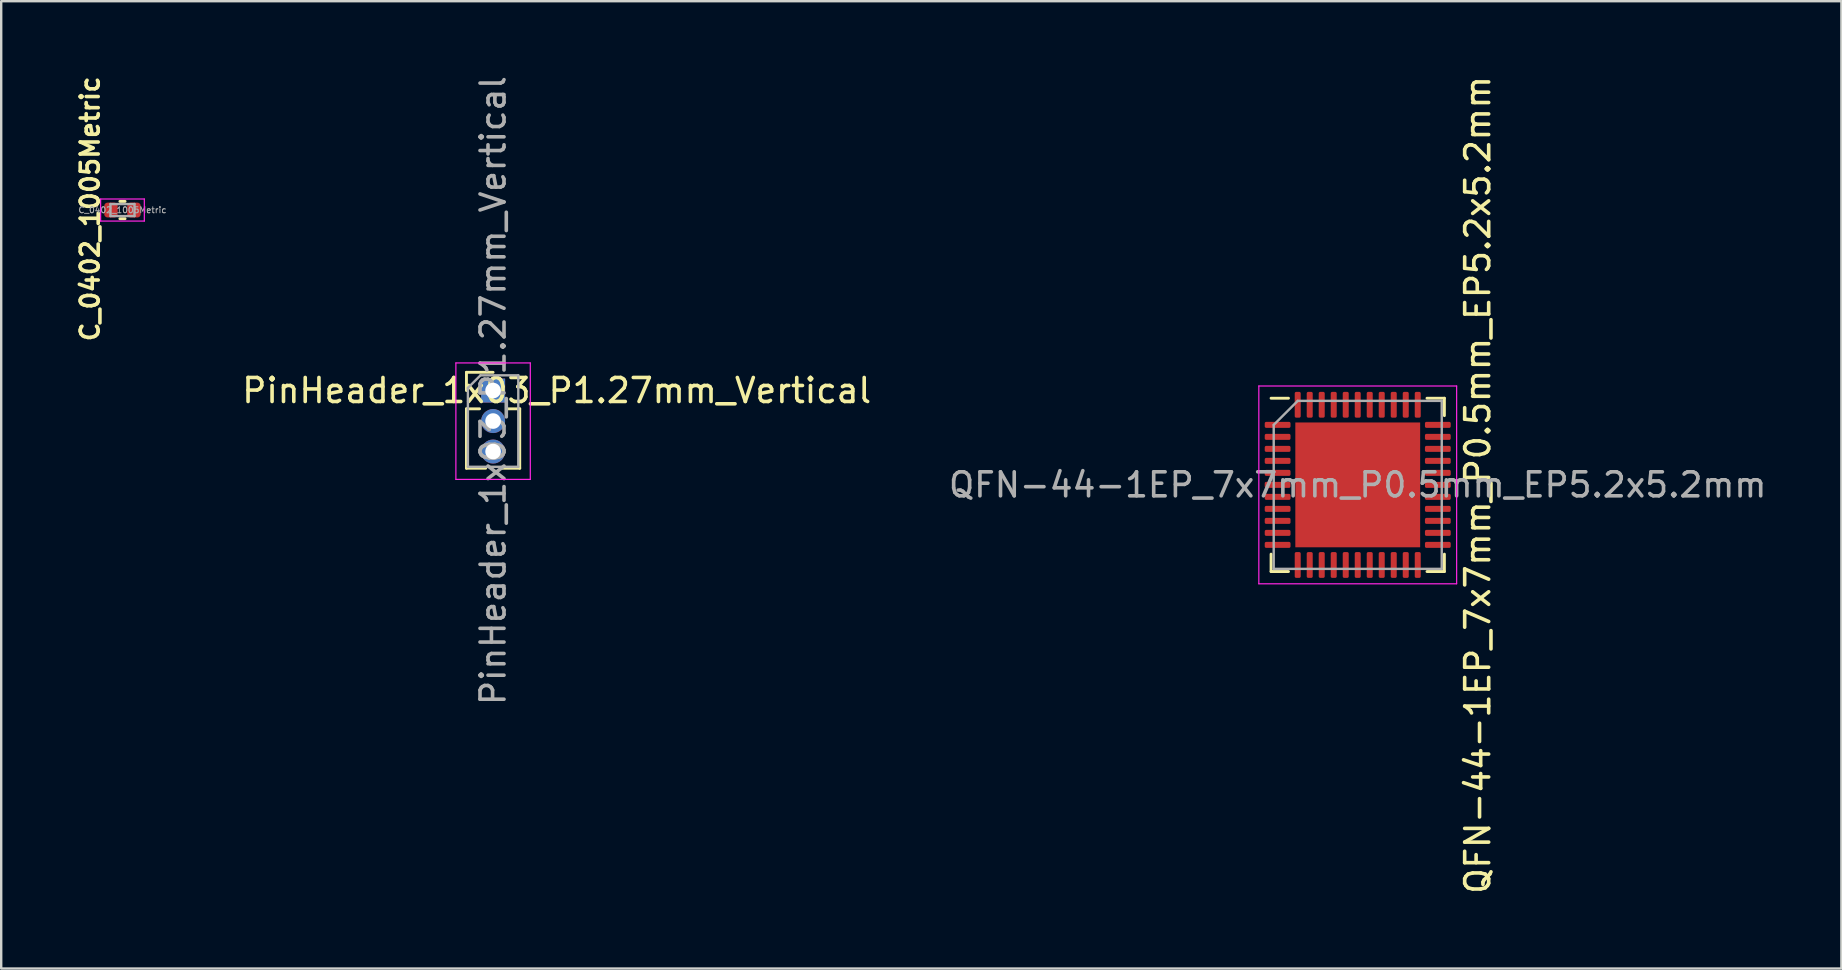
<source format=kicad_pcb>
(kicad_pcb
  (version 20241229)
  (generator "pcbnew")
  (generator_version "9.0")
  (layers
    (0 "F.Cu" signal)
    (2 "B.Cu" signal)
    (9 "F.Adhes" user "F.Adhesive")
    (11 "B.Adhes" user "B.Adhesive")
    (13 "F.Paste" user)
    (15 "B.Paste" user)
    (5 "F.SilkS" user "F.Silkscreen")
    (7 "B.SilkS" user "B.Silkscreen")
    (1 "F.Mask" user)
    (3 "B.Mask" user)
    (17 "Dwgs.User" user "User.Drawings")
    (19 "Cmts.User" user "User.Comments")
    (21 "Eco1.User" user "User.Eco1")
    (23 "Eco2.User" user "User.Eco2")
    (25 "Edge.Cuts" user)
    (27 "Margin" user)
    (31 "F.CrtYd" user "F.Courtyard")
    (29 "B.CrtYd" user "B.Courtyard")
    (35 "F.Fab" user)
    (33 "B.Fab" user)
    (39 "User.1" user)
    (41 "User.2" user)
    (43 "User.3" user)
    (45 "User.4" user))
  (footprint "QFN-44-1EP_7x7mm_P0.5mm_EP5.2x5.2mm"
    (layer "F.Cu")
    (at 53.51 17.149)
    (property "Reference" "QFN-44-1EP_7x7mm_P0.5mm_EP5.2x5.2mm" (at 5 0 90) (layer "F.SilkS") (effects (font (size 1 1) (thickness 0.15))))
    (attr smd)
    (fp_line (start -3.61 3.61) (end -3.61 2.885) (stroke (width 0.12) (type solid)) (layer "F.SilkS"))
    (fp_line (start -2.885 -3.61) (end -3.61 -3.61) (stroke (width 0.12) (type solid)) (layer "F.SilkS"))
    (fp_line (start -2.885 3.61) (end -3.61 3.61) (stroke (width 0.12) (type solid)) (layer "F.SilkS"))
    (fp_line (start 2.885 -3.61) (end 3.61 -3.61) (stroke (width 0.12) (type solid)) (layer "F.SilkS"))
    (fp_line (start 2.885 3.61) (end 3.61 3.61) (stroke (width 0.12) (type solid)) (layer "F.SilkS"))
    (fp_line (start 3.61 -3.61) (end 3.61 -2.885) (stroke (width 0.12) (type solid)) (layer "F.SilkS"))
    (fp_line (start 3.61 3.61) (end 3.61 2.885) (stroke (width 0.12) (type solid)) (layer "F.SilkS"))
    (fp_line (start -4.12 -4.12) (end -4.12 4.12) (stroke (width 0.05) (type solid)) (layer "F.CrtYd"))
    (fp_line (start -4.12 4.12) (end 4.12 4.12) (stroke (width 0.05) (type solid)) (layer "F.CrtYd"))
    (fp_line (start 4.12 -4.12) (end -4.12 -4.12) (stroke (width 0.05) (type solid)) (layer "F.CrtYd"))
    (fp_line (start 4.12 4.12) (end 4.12 -4.12) (stroke (width 0.05) (type solid)) (layer "F.CrtYd"))
    (fp_line (start -3.5 -2.5) (end -2.5 -3.5) (stroke (width 0.1) (type solid)) (layer "F.Fab"))
    (fp_line (start -3.5 3.5) (end -3.5 -2.5) (stroke (width 0.1) (type solid)) (layer "F.Fab"))
    (fp_line (start -2.5 -3.5) (end 3.5 -3.5) (stroke (width 0.1) (type solid)) (layer "F.Fab"))
    (fp_line (start 3.5 -3.5) (end 3.5 3.5) (stroke (width 0.1) (type solid)) (layer "F.Fab"))
    (fp_line (start 3.5 3.5) (end -3.5 3.5) (stroke (width 0.1) (type solid)) (layer "F.Fab"))
    (fp_text user "${REFERENCE}" (at 0 0 0) (layer "F.Fab") (effects (font (size 1 1) (thickness 0.15))))
    (pad "" smd roundrect (at -1.95 -1.95) (size 1.05 1.05) (layers "F.Paste") (roundrect_rratio 0.238))
    (pad "" smd roundrect (at -1.95 -0.65) (size 1.05 1.05) (layers "F.Paste") (roundrect_rratio 0.238))
    (pad "" smd roundrect (at -1.95 0.65) (size 1.05 1.05) (layers "F.Paste") (roundrect_rratio 0.238))
    (pad "" smd roundrect (at -1.95 1.95) (size 1.05 1.05) (layers "F.Paste") (roundrect_rratio 0.238))
    (pad "" smd roundrect (at -0.65 -1.95) (size 1.05 1.05) (layers "F.Paste") (roundrect_rratio 0.238))
    (pad "" smd roundrect (at -0.65 -0.65) (size 1.05 1.05) (layers "F.Paste") (roundrect_rratio 0.238))
    (pad "" smd roundrect (at -0.65 0.65) (size 1.05 1.05) (layers "F.Paste") (roundrect_rratio 0.238))
    (pad "" smd roundrect (at -0.65 1.95) (size 1.05 1.05) (layers "F.Paste") (roundrect_rratio 0.238))
    (pad "" smd roundrect (at 0.65 -1.95) (size 1.05 1.05) (layers "F.Paste") (roundrect_rratio 0.238))
    (pad "" smd roundrect (at 0.65 -0.65) (size 1.05 1.05) (layers "F.Paste") (roundrect_rratio 0.238))
    (pad "" smd roundrect (at 0.65 0.65) (size 1.05 1.05) (layers "F.Paste") (roundrect_rratio 0.238))
    (pad "" smd roundrect (at 0.65 1.95) (size 1.05 1.05) (layers "F.Paste") (roundrect_rratio 0.238))
    (pad "" smd roundrect (at 1.95 -1.95) (size 1.05 1.05) (layers "F.Paste") (roundrect_rratio 0.238))
    (pad "" smd roundrect (at 1.95 -0.65) (size 1.05 1.05) (layers "F.Paste") (roundrect_rratio 0.238))
    (pad "" smd roundrect (at 1.95 0.65) (size 1.05 1.05) (layers "F.Paste") (roundrect_rratio 0.238))
    (pad "" smd roundrect (at 1.95 1.95) (size 1.05 1.05) (layers "F.Paste") (roundrect_rratio 0.238))
    (pad "1" smd roundrect (at -3.337 -2.5) (size 1.075 0.25) (layers "F.Cu" "F.Mask" "F.Paste") (roundrect_rratio 0.25))
    (pad "2" smd roundrect (at -3.337 -2) (size 1.075 0.25) (layers "F.Cu" "F.Mask" "F.Paste") (roundrect_rratio 0.25))
    (pad "3" smd roundrect (at -3.337 -1.5) (size 1.075 0.25) (layers "F.Cu" "F.Mask" "F.Paste") (roundrect_rratio 0.25))
    (pad "4" smd roundrect (at -3.337 -1) (size 1.075 0.25) (layers "F.Cu" "F.Mask" "F.Paste") (roundrect_rratio 0.25))
    (pad "5" smd roundrect (at -3.337 -0.5) (size 1.075 0.25) (layers "F.Cu" "F.Mask" "F.Paste") (roundrect_rratio 0.25))
    (pad "6" smd roundrect (at -3.337 0) (size 1.075 0.25) (layers "F.Cu" "F.Mask" "F.Paste") (roundrect_rratio 0.25))
    (pad "7" smd roundrect (at -3.337 0.5) (size 1.075 0.25) (layers "F.Cu" "F.Mask" "F.Paste") (roundrect_rratio 0.25))
    (pad "8" smd roundrect (at -3.337 1) (size 1.075 0.25) (layers "F.Cu" "F.Mask" "F.Paste") (roundrect_rratio 0.25))
    (pad "9" smd roundrect (at -3.337 1.5) (size 1.075 0.25) (layers "F.Cu" "F.Mask" "F.Paste") (roundrect_rratio 0.25))
    (pad "10" smd roundrect (at -3.337 2) (size 1.075 0.25) (layers "F.Cu" "F.Mask" "F.Paste") (roundrect_rratio 0.25))
    (pad "11" smd roundrect (at -3.337 2.5) (size 1.075 0.25) (layers "F.Cu" "F.Mask" "F.Paste") (roundrect_rratio 0.25))
    (pad "12" smd roundrect (at -2.5 3.337) (size 0.25 1.075) (layers "F.Cu" "F.Mask" "F.Paste") (roundrect_rratio 0.25))
    (pad "13" smd roundrect (at -2 3.337) (size 0.25 1.075) (layers "F.Cu" "F.Mask" "F.Paste") (roundrect_rratio 0.25))
    (pad "14" smd roundrect (at -1.5 3.337) (size 0.25 1.075) (layers "F.Cu" "F.Mask" "F.Paste") (roundrect_rratio 0.25))
    (pad "15" smd roundrect (at -1 3.337) (size 0.25 1.075) (layers "F.Cu" "F.Mask" "F.Paste") (roundrect_rratio 0.25))
    (pad "16" smd roundrect (at -0.5 3.337) (size 0.25 1.075) (layers "F.Cu" "F.Mask" "F.Paste") (roundrect_rratio 0.25))
    (pad "17" smd roundrect (at 0 3.337) (size 0.25 1.075) (layers "F.Cu" "F.Mask" "F.Paste") (roundrect_rratio 0.25))
    (pad "18" smd roundrect (at 0.5 3.337) (size 0.25 1.075) (layers "F.Cu" "F.Mask" "F.Paste") (roundrect_rratio 0.25))
    (pad "19" smd roundrect (at 1 3.337) (size 0.25 1.075) (layers "F.Cu" "F.Mask" "F.Paste") (roundrect_rratio 0.25))
    (pad "20" smd roundrect (at 1.5 3.337) (size 0.25 1.075) (layers "F.Cu" "F.Mask" "F.Paste") (roundrect_rratio 0.25))
    (pad "21" smd roundrect (at 2 3.337) (size 0.25 1.075) (layers "F.Cu" "F.Mask" "F.Paste") (roundrect_rratio 0.25))
    (pad "22" smd roundrect (at 2.5 3.337) (size 0.25 1.075) (layers "F.Cu" "F.Mask" "F.Paste") (roundrect_rratio 0.25))
    (pad "23" smd roundrect (at 3.337 2.5) (size 1.075 0.25) (layers "F.Cu" "F.Mask" "F.Paste") (roundrect_rratio 0.25))
    (pad "24" smd roundrect (at 3.337 2) (size 1.075 0.25) (layers "F.Cu" "F.Mask" "F.Paste") (roundrect_rratio 0.25))
    (pad "25" smd roundrect (at 3.337 1.5) (size 1.075 0.25) (layers "F.Cu" "F.Mask" "F.Paste") (roundrect_rratio 0.25))
    (pad "26" smd roundrect (at 3.337 1) (size 1.075 0.25) (layers "F.Cu" "F.Mask" "F.Paste") (roundrect_rratio 0.25))
    (pad "27" smd roundrect (at 3.337 0.5) (size 1.075 0.25) (layers "F.Cu" "F.Mask" "F.Paste") (roundrect_rratio 0.25))
    (pad "28" smd roundrect (at 3.337 0) (size 1.075 0.25) (layers "F.Cu" "F.Mask" "F.Paste") (roundrect_rratio 0.25))
    (pad "29" smd roundrect (at 3.337 -0.5) (size 1.075 0.25) (layers "F.Cu" "F.Mask" "F.Paste") (roundrect_rratio 0.25))
    (pad "30" smd roundrect (at 3.337 -1) (size 1.075 0.25) (layers "F.Cu" "F.Mask" "F.Paste") (roundrect_rratio 0.25))
    (pad "31" smd roundrect (at 3.337 -1.5) (size 1.075 0.25) (layers "F.Cu" "F.Mask" "F.Paste") (roundrect_rratio 0.25))
    (pad "32" smd roundrect (at 3.337 -2) (size 1.075 0.25) (layers "F.Cu" "F.Mask" "F.Paste") (roundrect_rratio 0.25))
    (pad "33" smd roundrect (at 3.337 -2.5) (size 1.075 0.25) (layers "F.Cu" "F.Mask" "F.Paste") (roundrect_rratio 0.25))
    (pad "34" smd roundrect (at 2.5 -3.337) (size 0.25 1.075) (layers "F.Cu" "F.Mask" "F.Paste") (roundrect_rratio 0.25))
    (pad "35" smd roundrect (at 2 -3.337) (size 0.25 1.075) (layers "F.Cu" "F.Mask" "F.Paste") (roundrect_rratio 0.25))
    (pad "36" smd roundrect (at 1.5 -3.337) (size 0.25 1.075) (layers "F.Cu" "F.Mask" "F.Paste") (roundrect_rratio 0.25))
    (pad "37" smd roundrect (at 1 -3.337) (size 0.25 1.075) (layers "F.Cu" "F.Mask" "F.Paste") (roundrect_rratio 0.25))
    (pad "38" smd roundrect (at 0.5 -3.337) (size 0.25 1.075) (layers "F.Cu" "F.Mask" "F.Paste") (roundrect_rratio 0.25))
    (pad "39" smd roundrect (at 0 -3.337) (size 0.25 1.075) (layers "F.Cu" "F.Mask" "F.Paste") (roundrect_rratio 0.25))
    (pad "40" smd roundrect (at -0.5 -3.337) (size 0.25 1.075) (layers "F.Cu" "F.Mask" "F.Paste") (roundrect_rratio 0.25))
    (pad "41" smd roundrect (at -1 -3.337) (size 0.25 1.075) (layers "F.Cu" "F.Mask" "F.Paste") (roundrect_rratio 0.25))
    (pad "42" smd roundrect (at -1.5 -3.337) (size 0.25 1.075) (layers "F.Cu" "F.Mask" "F.Paste") (roundrect_rratio 0.25))
    (pad "43" smd roundrect (at -2 -3.337) (size 0.25 1.075) (layers "F.Cu" "F.Mask" "F.Paste") (roundrect_rratio 0.25))
    (pad "44" smd roundrect (at -2.5 -3.337) (size 0.25 1.075) (layers "F.Cu" "F.Mask" "F.Paste") (roundrect_rratio 0.25))
    (pad "45" smd rect (at 0 0) (size 5.2 5.2) (layers "F.Cu" "F.Mask")))
  (footprint "C_0402_1005Metric"
    (layer "F.Cu")
    (at 2.052 5.7)
    (property "Reference" "C_0402_1005Metric" (at -1.35 -0.05 90) (layer "F.SilkS") (effects (font (size 0.75 0.75) (thickness 0.15))))
    (attr smd)
    (fp_line (start -0.108 -0.36) (end 0.108 -0.36) (stroke (width 0.12) (type solid)) (layer "F.SilkS"))
    (fp_line (start -0.108 0.36) (end 0.108 0.36) (stroke (width 0.12) (type solid)) (layer "F.SilkS"))
    (fp_line (start -0.91 -0.46) (end 0.91 -0.46) (stroke (width 0.05) (type solid)) (layer "F.CrtYd"))
    (fp_line (start -0.91 0.46) (end -0.91 -0.46) (stroke (width 0.05) (type solid)) (layer "F.CrtYd"))
    (fp_line (start 0.91 -0.46) (end 0.91 0.46) (stroke (width 0.05) (type solid)) (layer "F.CrtYd"))
    (fp_line (start 0.91 0.46) (end -0.91 0.46) (stroke (width 0.05) (type solid)) (layer "F.CrtYd"))
    (fp_line (start -0.5 -0.25) (end 0.5 -0.25) (stroke (width 0.1) (type solid)) (layer "F.Fab"))
    (fp_line (start -0.5 0.25) (end -0.5 -0.25) (stroke (width 0.1) (type solid)) (layer "F.Fab"))
    (fp_line (start 0.5 -0.25) (end 0.5 0.25) (stroke (width 0.1) (type solid)) (layer "F.Fab"))
    (fp_line (start 0.5 0.25) (end -0.5 0.25) (stroke (width 0.1) (type solid)) (layer "F.Fab"))
    (fp_text user "${REFERENCE}" (at 0 0 0) (layer "F.Fab") (effects (font (size 0.25 0.25) (thickness 0.04))))
    (pad "1" smd roundrect (at -0.48 0) (size 0.56 0.62) (layers "F.Cu" "F.Mask" "F.Paste") (roundrect_rratio 0.25))
    (pad "2" smd roundrect (at 0.48 0) (size 0.56 0.62) (layers "F.Cu" "F.Mask" "F.Paste") (roundrect_rratio 0.25)))
  (footprint "PinHeader_1x03_P1.27mm_Vertical"
    (layer "F.Cu")
    (at 17.491 14.49)
    (property "Reference" "PinHeader_1x03_P1.27mm_Vertical" (at 2.65 -1.27 0) (layer "F.SilkS") (effects (font (size 1 1) (thickness 0.15))))
    (attr through_hole)
    (fp_line (start -1.11 -2.03) (end 0 -2.03) (stroke (width 0.12) (type solid)) (layer "F.SilkS"))
    (fp_line (start -1.11 -1.27) (end -1.11 -2.03) (stroke (width 0.12) (type solid)) (layer "F.SilkS"))
    (fp_line (start -1.11 -0.51) (end -1.11 1.965) (stroke (width 0.12) (type solid)) (layer "F.SilkS"))
    (fp_line (start -1.11 -0.51) (end -0.563 -0.51) (stroke (width 0.12) (type solid)) (layer "F.SilkS"))
    (fp_line (start -1.11 1.965) (end -0.308 1.965) (stroke (width 0.12) (type solid)) (layer "F.SilkS"))
    (fp_line (start 0.308 1.965) (end 1.11 1.965) (stroke (width 0.12) (type solid)) (layer "F.SilkS"))
    (fp_line (start 0.563 -0.51) (end 1.11 -0.51) (stroke (width 0.12) (type solid)) (layer "F.SilkS"))
    (fp_line (start 1.11 -0.51) (end 1.11 1.965) (stroke (width 0.12) (type solid)) (layer "F.SilkS"))
    (fp_line (start -1.55 -2.42) (end -1.55 2.43) (stroke (width 0.05) (type solid)) (layer "F.CrtYd"))
    (fp_line (start -1.55 2.43) (end 1.55 2.43) (stroke (width 0.05) (type solid)) (layer "F.CrtYd"))
    (fp_line (start 1.55 -2.42) (end -1.55 -2.42) (stroke (width 0.05) (type solid)) (layer "F.CrtYd"))
    (fp_line (start 1.55 2.43) (end 1.55 -2.42) (stroke (width 0.05) (type solid)) (layer "F.CrtYd"))
    (fp_line (start -1.05 -1.38) (end -0.525 -1.905) (stroke (width 0.1) (type solid)) (layer "F.Fab"))
    (fp_line (start -1.05 1.905) (end -1.05 -1.38) (stroke (width 0.1) (type solid)) (layer "F.Fab"))
    (fp_line (start -0.525 -1.905) (end 1.05 -1.905) (stroke (width 0.1) (type solid)) (layer "F.Fab"))
    (fp_line (start 1.05 -1.905) (end 1.05 1.905) (stroke (width 0.1) (type solid)) (layer "F.Fab"))
    (fp_line (start 1.05 1.905) (end -1.05 1.905) (stroke (width 0.1) (type solid)) (layer "F.Fab"))
    (fp_text user "Copyright 2016 Accelerated Designs. All rights reserved." (at 0 -2.54 0) (layer "Cmts.User") (effects (font (size 0.127 0.127) (thickness 0.002))))
    (fp_text user "${REFERENCE}" (at 0 -1.27 90) (layer "F.Fab") (effects (font (size 1 1) (thickness 0.15))))
    (pad "1" thru_hole rect (at 0 -1.27) (size 1 1) (drill 0.65) (layers "*.Cu" "*.Mask"))
    (pad "2" thru_hole oval (at 0 0) (size 1 1) (drill 0.65) (layers "*.Cu" "*.Mask"))
    (pad "3" thru_hole oval (at 0 1.27) (size 1 1) (drill 0.65) (layers "*.Cu" "*.Mask")))
  (gr_rect
    (start -3 -3)
    (end 73.658 37.298)
    (stroke (width 0.1) (type default))
    (fill no)
    (layer "Edge.Cuts")))
</source>
